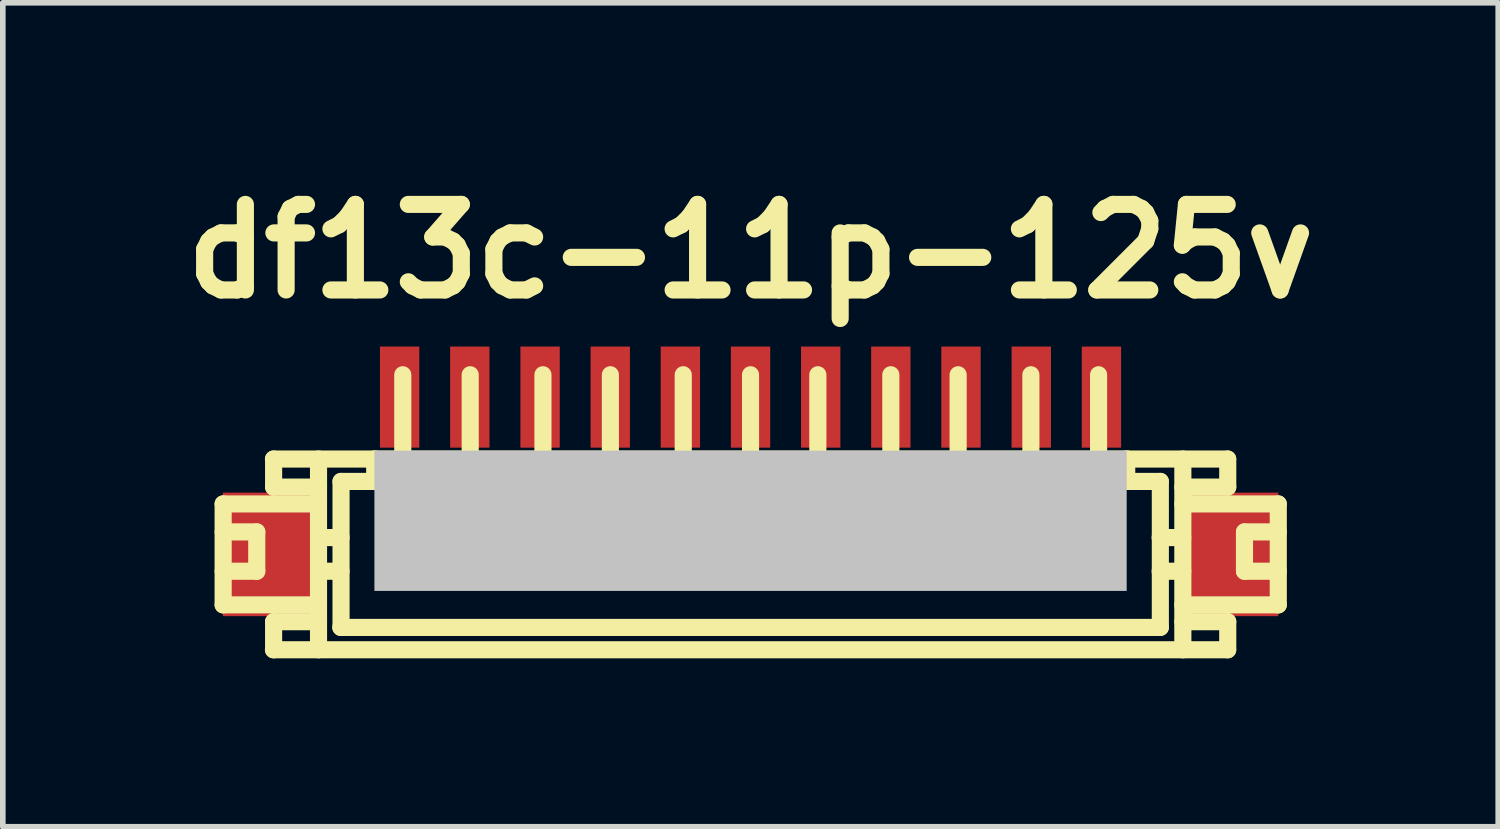
<source format=kicad_pcb>
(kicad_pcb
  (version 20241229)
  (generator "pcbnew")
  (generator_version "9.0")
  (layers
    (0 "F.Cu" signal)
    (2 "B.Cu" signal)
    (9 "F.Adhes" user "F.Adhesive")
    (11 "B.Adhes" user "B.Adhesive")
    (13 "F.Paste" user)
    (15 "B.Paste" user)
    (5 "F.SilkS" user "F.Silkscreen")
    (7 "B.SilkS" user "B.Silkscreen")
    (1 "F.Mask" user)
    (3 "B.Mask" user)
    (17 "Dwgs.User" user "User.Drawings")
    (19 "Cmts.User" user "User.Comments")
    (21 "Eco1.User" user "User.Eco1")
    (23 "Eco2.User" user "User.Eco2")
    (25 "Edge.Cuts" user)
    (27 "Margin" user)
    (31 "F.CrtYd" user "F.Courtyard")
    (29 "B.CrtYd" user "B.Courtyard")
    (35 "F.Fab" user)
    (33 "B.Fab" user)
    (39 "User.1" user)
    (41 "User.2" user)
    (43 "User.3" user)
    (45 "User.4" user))
  (footprint "df13c-11p-125v"
    (layer "F.Cu")
    (at 10.32 6.026)
    (property "Reference" "df13c-11p-125v" (at 0 -4.6 0) (layer "F.SilkS") (effects (font (size 1.524 1.524) (thickness 0.305))))
    (attr through_hole)
    (fp_line (start -9.395 -0.099) (end -7.696 -0.099) (stroke (width 0.305) (type solid)) (layer "F.SilkS"))
    (fp_line (start -9.395 0.399) (end -8.796 0.399) (stroke (width 0.305) (type solid)) (layer "F.SilkS"))
    (fp_line (start -9.395 1.699) (end -9.395 -0.099) (stroke (width 0.305) (type solid)) (layer "F.SilkS"))
    (fp_line (start -9.395 1.699) (end -7.696 1.699) (stroke (width 0.305) (type solid)) (layer "F.SilkS"))
    (fp_line (start -8.796 0.399) (end -8.796 1.1) (stroke (width 0.305) (type solid)) (layer "F.SilkS"))
    (fp_line (start -8.796 1.1) (end -9.395 1.1) (stroke (width 0.305) (type solid)) (layer "F.SilkS"))
    (fp_line (start -8.499 -0.899) (end 8.499 -0.899) (stroke (width 0.305) (type solid)) (layer "F.SilkS"))
    (fp_line (start -8.499 2.499) (end 8.499 2.499) (stroke (width 0.305) (type solid)) (layer "F.SilkS"))
    (fp_line (start -8.496 -0.399) (end -8.496 -0.899) (stroke (width 0.305) (type solid)) (layer "F.SilkS"))
    (fp_line (start -8.496 2.499) (end -8.496 1.999) (stroke (width 0.305) (type solid)) (layer "F.SilkS"))
    (fp_line (start -7.696 -0.899) (end -7.696 2.499) (stroke (width 0.305) (type solid)) (layer "F.SilkS"))
    (fp_line (start -7.696 -0.399) (end -8.496 -0.399) (stroke (width 0.305) (type solid)) (layer "F.SilkS"))
    (fp_line (start -7.696 0.5) (end -7.295 0.5) (stroke (width 0.305) (type solid)) (layer "F.SilkS"))
    (fp_line (start -7.696 1.1) (end -7.295 1.1) (stroke (width 0.305) (type solid)) (layer "F.SilkS"))
    (fp_line (start -7.696 1.999) (end -8.496 1.999) (stroke (width 0.305) (type solid)) (layer "F.SilkS"))
    (fp_line (start -7.295 -0.5) (end -6.695 -0.5) (stroke (width 0.305) (type solid)) (layer "F.SilkS"))
    (fp_line (start -7.295 2.101) (end -7.295 -0.5) (stroke (width 0.305) (type solid)) (layer "F.SilkS"))
    (fp_line (start -6.695 -0.902) (end -6.695 -0.5) (stroke (width 0.305) (type solid)) (layer "F.SilkS"))
    (fp_line (start -6.297 0.998) (end -6.297 1.199) (stroke (width 0.305) (type solid)) (layer "F.SilkS"))
    (fp_line (start -6.297 1.199) (end -6.096 1.199) (stroke (width 0.305) (type solid)) (layer "F.SilkS"))
    (fp_line (start -6.195 -0.902) (end -6.195 -2.4) (stroke (width 0.305) (type solid)) (layer "F.SilkS"))
    (fp_line (start -6.096 0.998) (end -6.297 0.998) (stroke (width 0.305) (type solid)) (layer "F.SilkS"))
    (fp_line (start -6.096 1.199) (end -6.096 0.998) (stroke (width 0.305) (type solid)) (layer "F.SilkS"))
    (fp_line (start -5.1 1.001) (end -4.902 1.001) (stroke (width 0.305) (type solid)) (layer "F.SilkS"))
    (fp_line (start -5.1 1.199) (end -5.1 1.001) (stroke (width 0.305) (type solid)) (layer "F.SilkS"))
    (fp_line (start -4.994 -0.899) (end -4.994 -2.4) (stroke (width 0.305) (type solid)) (layer "F.SilkS"))
    (fp_line (start -4.902 1.001) (end -4.902 1.199) (stroke (width 0.305) (type solid)) (layer "F.SilkS"))
    (fp_line (start -4.902 1.199) (end -5.1 1.199) (stroke (width 0.305) (type solid)) (layer "F.SilkS"))
    (fp_line (start -3.797 1.001) (end -3.599 1.001) (stroke (width 0.305) (type solid)) (layer "F.SilkS"))
    (fp_line (start -3.797 1.199) (end -3.797 1.001) (stroke (width 0.305) (type solid)) (layer "F.SilkS"))
    (fp_line (start -3.698 -2.4) (end -3.698 -0.899) (stroke (width 0.305) (type solid)) (layer "F.SilkS"))
    (fp_line (start -3.599 1.001) (end -3.599 1.199) (stroke (width 0.305) (type solid)) (layer "F.SilkS"))
    (fp_line (start -3.599 1.199) (end -3.797 1.199) (stroke (width 0.305) (type solid)) (layer "F.SilkS"))
    (fp_line (start -2.598 1.001) (end -2.4 1.001) (stroke (width 0.305) (type solid)) (layer "F.SilkS"))
    (fp_line (start -2.598 1.199) (end -2.598 1.001) (stroke (width 0.305) (type solid)) (layer "F.SilkS"))
    (fp_line (start -2.497 -0.899) (end -2.497 -2.4) (stroke (width 0.305) (type solid)) (layer "F.SilkS"))
    (fp_line (start -2.4 1.001) (end -2.4 1.199) (stroke (width 0.305) (type solid)) (layer "F.SilkS"))
    (fp_line (start -2.4 1.199) (end -2.598 1.199) (stroke (width 0.305) (type solid)) (layer "F.SilkS"))
    (fp_line (start -1.298 1.001) (end -1.1 1.001) (stroke (width 0.305) (type solid)) (layer "F.SilkS"))
    (fp_line (start -1.298 1.199) (end -1.298 1.001) (stroke (width 0.305) (type solid)) (layer "F.SilkS"))
    (fp_line (start -1.199 -0.899) (end -1.199 -2.4) (stroke (width 0.305) (type solid)) (layer "F.SilkS"))
    (fp_line (start -1.1 1.001) (end -1.1 1.199) (stroke (width 0.305) (type solid)) (layer "F.SilkS"))
    (fp_line (start -1.1 1.199) (end -1.298 1.199) (stroke (width 0.305) (type solid)) (layer "F.SilkS"))
    (fp_line (start -0.099 1.001) (end 0.099 1.001) (stroke (width 0.305) (type solid)) (layer "F.SilkS"))
    (fp_line (start -0.099 1.199) (end -0.099 1.001) (stroke (width 0.305) (type solid)) (layer "F.SilkS"))
    (fp_line (start 0 -2.4) (end 0 -0.899) (stroke (width 0.305) (type solid)) (layer "F.SilkS"))
    (fp_line (start 0.099 1.001) (end 0.099 1.199) (stroke (width 0.305) (type solid)) (layer "F.SilkS"))
    (fp_line (start 0.099 1.199) (end -0.099 1.199) (stroke (width 0.305) (type solid)) (layer "F.SilkS"))
    (fp_line (start 1.102 1.001) (end 1.3 1.001) (stroke (width 0.305) (type solid)) (layer "F.SilkS"))
    (fp_line (start 1.102 1.199) (end 1.102 1.001) (stroke (width 0.305) (type solid)) (layer "F.SilkS"))
    (fp_line (start 1.199 -2.4) (end 1.199 -0.899) (stroke (width 0.305) (type solid)) (layer "F.SilkS"))
    (fp_line (start 1.3 1.001) (end 1.3 1.199) (stroke (width 0.305) (type solid)) (layer "F.SilkS"))
    (fp_line (start 1.3 1.199) (end 1.102 1.199) (stroke (width 0.305) (type solid)) (layer "F.SilkS"))
    (fp_line (start 2.398 1.001) (end 2.598 1.001) (stroke (width 0.305) (type solid)) (layer "F.SilkS"))
    (fp_line (start 2.398 1.199) (end 2.398 1.001) (stroke (width 0.305) (type solid)) (layer "F.SilkS"))
    (fp_line (start 2.499 -2.4) (end 2.499 -0.899) (stroke (width 0.305) (type solid)) (layer "F.SilkS"))
    (fp_line (start 2.598 1.001) (end 2.598 1.199) (stroke (width 0.305) (type solid)) (layer "F.SilkS"))
    (fp_line (start 2.598 1.199) (end 2.398 1.199) (stroke (width 0.305) (type solid)) (layer "F.SilkS"))
    (fp_line (start 3.597 1.001) (end 3.795 1.001) (stroke (width 0.305) (type solid)) (layer "F.SilkS"))
    (fp_line (start 3.597 1.199) (end 3.597 1.001) (stroke (width 0.305) (type solid)) (layer "F.SilkS"))
    (fp_line (start 3.698 -0.899) (end 3.698 -2.4) (stroke (width 0.305) (type solid)) (layer "F.SilkS"))
    (fp_line (start 3.795 1.001) (end 3.795 1.199) (stroke (width 0.305) (type solid)) (layer "F.SilkS"))
    (fp_line (start 3.795 1.199) (end 3.597 1.199) (stroke (width 0.305) (type solid)) (layer "F.SilkS"))
    (fp_line (start 4.9 0.998) (end 5.1 0.998) (stroke (width 0.305) (type solid)) (layer "F.SilkS"))
    (fp_line (start 4.9 1.199) (end 4.9 0.998) (stroke (width 0.305) (type solid)) (layer "F.SilkS"))
    (fp_line (start 4.994 -0.899) (end 4.994 -2.4) (stroke (width 0.305) (type solid)) (layer "F.SilkS"))
    (fp_line (start 5.1 0.998) (end 5.1 1.199) (stroke (width 0.305) (type solid)) (layer "F.SilkS"))
    (fp_line (start 5.1 1.199) (end 4.9 1.199) (stroke (width 0.305) (type solid)) (layer "F.SilkS"))
    (fp_line (start 6.101 1.001) (end 6.302 1.001) (stroke (width 0.305) (type solid)) (layer "F.SilkS"))
    (fp_line (start 6.101 1.199) (end 6.101 1.001) (stroke (width 0.305) (type solid)) (layer "F.SilkS"))
    (fp_line (start 6.2 -0.902) (end 6.2 -2.4) (stroke (width 0.305) (type solid)) (layer "F.SilkS"))
    (fp_line (start 6.302 1.001) (end 6.302 1.199) (stroke (width 0.305) (type solid)) (layer "F.SilkS"))
    (fp_line (start 6.302 1.199) (end 6.101 1.199) (stroke (width 0.305) (type solid)) (layer "F.SilkS"))
    (fp_line (start 6.701 -0.5) (end 6.701 -0.902) (stroke (width 0.305) (type solid)) (layer "F.SilkS"))
    (fp_line (start 7.297 1.1) (end 7.699 1.1) (stroke (width 0.305) (type solid)) (layer "F.SilkS"))
    (fp_line (start 7.3 -0.5) (end 6.701 -0.5) (stroke (width 0.305) (type solid)) (layer "F.SilkS"))
    (fp_line (start 7.3 2.098) (end 7.3 -0.5) (stroke (width 0.305) (type solid)) (layer "F.SilkS"))
    (fp_line (start 7.3 2.101) (end -7.3 2.101) (stroke (width 0.305) (type solid)) (layer "F.SilkS"))
    (fp_line (start 7.699 0.5) (end 7.297 0.5) (stroke (width 0.305) (type solid)) (layer "F.SilkS"))
    (fp_line (start 7.701 -0.899) (end 7.701 2.499) (stroke (width 0.305) (type solid)) (layer "F.SilkS"))
    (fp_line (start 8.501 -0.399) (end 7.701 -0.399) (stroke (width 0.305) (type solid)) (layer "F.SilkS"))
    (fp_line (start 8.501 -0.399) (end 8.501 -0.899) (stroke (width 0.305) (type solid)) (layer "F.SilkS"))
    (fp_line (start 8.501 1.999) (end 7.701 1.999) (stroke (width 0.305) (type solid)) (layer "F.SilkS"))
    (fp_line (start 8.501 2.499) (end 8.501 1.999) (stroke (width 0.305) (type solid)) (layer "F.SilkS"))
    (fp_line (start 8.799 0.399) (end 8.799 1.1) (stroke (width 0.305) (type solid)) (layer "F.SilkS"))
    (fp_line (start 8.801 0.399) (end 9.401 0.399) (stroke (width 0.305) (type solid)) (layer "F.SilkS"))
    (fp_line (start 8.801 1.1) (end 9.401 1.1) (stroke (width 0.305) (type solid)) (layer "F.SilkS"))
    (fp_line (start 9.401 -0.099) (end 7.701 -0.099) (stroke (width 0.305) (type solid)) (layer "F.SilkS"))
    (fp_line (start 9.401 -0.099) (end 9.401 1.699) (stroke (width 0.305) (type solid)) (layer "F.SilkS"))
    (fp_line (start 9.401 1.699) (end 7.701 1.699) (stroke (width 0.305) (type solid)) (layer "F.SilkS"))
    (pad "" smd rect (at -8.6 0.8) (size 1.6 2.2) (layers "F.Cu" "F.Mask" "F.Paste"))
    (pad "" smd rect (at 0 0.201) (size 13.401 2.499) (layers "Dwgs.User"))
    (pad "" smd rect (at 8.6 0.8) (size 1.6 2.2) (layers "F.Cu" "F.Mask" "F.Paste"))
    (pad "1" smd rect (at -6.251 -2.002) (size 0.701 1.801) (layers "F.Cu" "F.Mask" "F.Paste"))
    (pad "2" smd rect (at -5.001 -2.002) (size 0.701 1.801) (layers "F.Cu" "F.Mask" "F.Paste"))
    (pad "3" smd rect (at -3.749 -2.002) (size 0.701 1.801) (layers "F.Cu" "F.Mask" "F.Paste"))
    (pad "4" smd rect (at -2.499 -2.002) (size 0.701 1.801) (layers "F.Cu" "F.Mask" "F.Paste"))
    (pad "5" smd rect (at -1.25 -2.002) (size 0.701 1.801) (layers "F.Cu" "F.Mask" "F.Paste"))
    (pad "6" smd rect (at 0 -2.002) (size 0.701 1.801) (layers "F.Cu" "F.Mask" "F.Paste"))
    (pad "7" smd rect (at 1.25 -2.002) (size 0.701 1.801) (layers "F.Cu" "F.Mask" "F.Paste"))
    (pad "8" smd rect (at 2.499 -2.002) (size 0.701 1.801) (layers "F.Cu" "F.Mask" "F.Paste"))
    (pad "9" smd rect (at 3.749 -2.002) (size 0.701 1.801) (layers "F.Cu" "F.Mask" "F.Paste"))
    (pad "10" smd rect (at 5.001 -2.002) (size 0.701 1.801) (layers "F.Cu" "F.Mask" "F.Paste"))
    (pad "11" smd rect (at 6.251 -2.002) (size 0.701 1.801) (layers "F.Cu" "F.Mask" "F.Paste")))
  (gr_rect
    (start -3 -3)
    (end 23.639 11.678)
    (stroke (width 0.1) (type default))
    (fill no)
    (layer "Edge.Cuts")))
</source>
